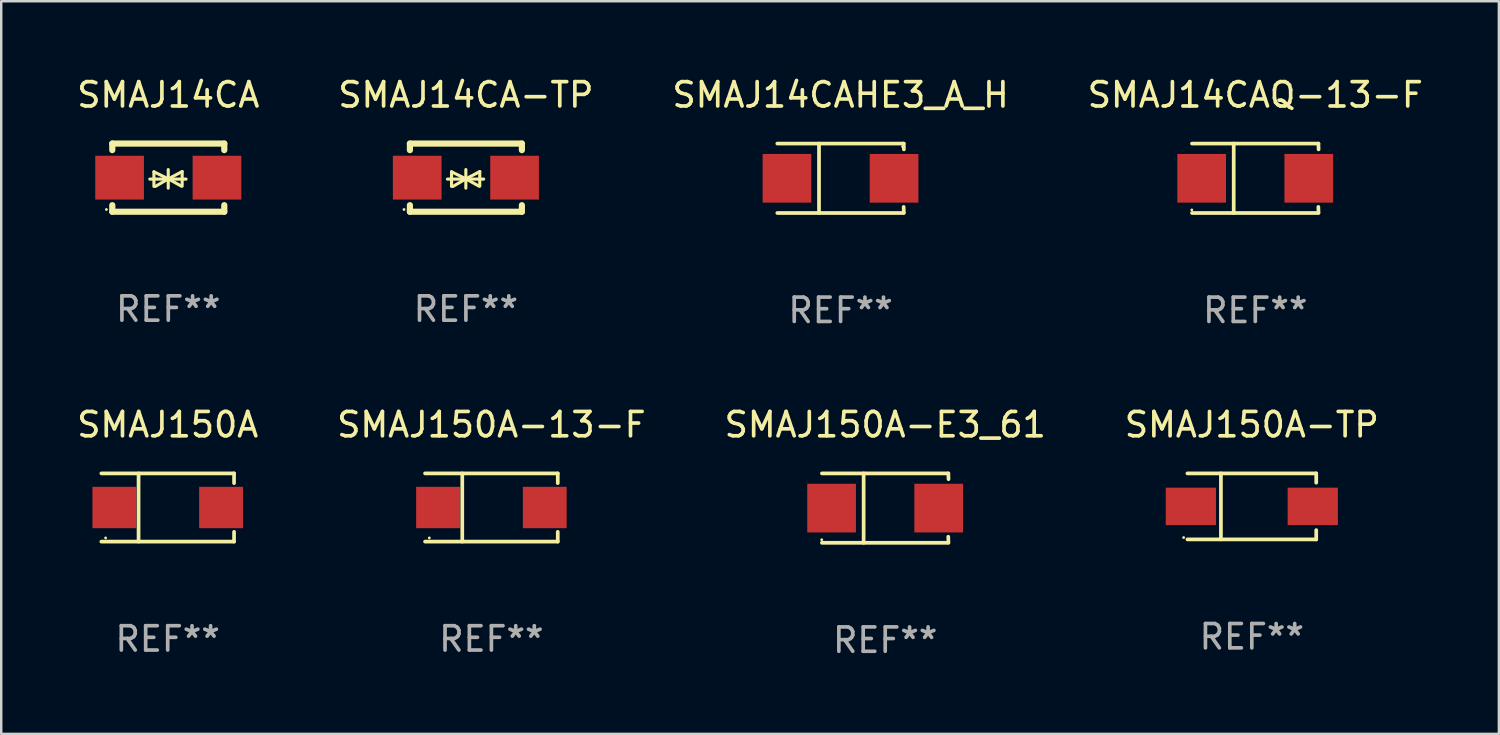
<source format=kicad_pcb>
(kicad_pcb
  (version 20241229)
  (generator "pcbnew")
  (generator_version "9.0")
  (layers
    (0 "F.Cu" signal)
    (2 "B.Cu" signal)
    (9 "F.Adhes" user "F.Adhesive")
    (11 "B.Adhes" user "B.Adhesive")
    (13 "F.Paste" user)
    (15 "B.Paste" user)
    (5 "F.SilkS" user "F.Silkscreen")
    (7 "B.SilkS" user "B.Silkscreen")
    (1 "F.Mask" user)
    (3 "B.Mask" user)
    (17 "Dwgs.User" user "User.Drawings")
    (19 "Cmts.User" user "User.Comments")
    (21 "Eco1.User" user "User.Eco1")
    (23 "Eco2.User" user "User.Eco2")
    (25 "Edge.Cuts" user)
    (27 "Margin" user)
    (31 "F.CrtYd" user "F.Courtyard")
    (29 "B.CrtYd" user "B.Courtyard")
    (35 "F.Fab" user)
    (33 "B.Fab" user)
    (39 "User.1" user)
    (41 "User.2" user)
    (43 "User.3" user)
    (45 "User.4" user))
  (footprint "SMAJ14CAHE3_A_H"
    (layer "F.Cu")
    (at 31.482 4.274)
    (property "Reference" "SMAJ14CAHE3_A_H" (at 0 -3.426 0) (layer "F.SilkS") (effects (font (size 1 1) (thickness 0.15))))
    (attr through_hole)
    (fp_line (start -2.6 -1.426) (end 2.593 -1.426) (stroke (width 0.152) (type solid)) (layer "F.SilkS"))
    (fp_line (start -2.6 1.426) (end 2.593 1.426) (stroke (width 0.152) (type solid)) (layer "F.SilkS"))
    (fp_line (start -0.887 -1.426) (end -0.887 1.426) (stroke (width 0.152) (type solid)) (layer "F.SilkS"))
    (fp_line (start 2.59 1.176) (end 2.597 1.415) (stroke (width 0.152) (type solid)) (layer "F.SilkS"))
    (fp_line (start 2.593 -1.426) (end 2.6 -1.187) (stroke (width 0.152) (type solid)) (layer "F.SilkS"))
    (fp_circle (center 2.547 -1.3) (end 2.577 -1.3) (stroke (width 0.06) (type solid)) (fill no) (layer "F.SilkS"))
    (fp_text user "REF**" (at 0 5.426 0) (layer "F.Fab") (effects (font (size 1 1) (thickness 0.15))))
    (pad "1" smd rect (at 2.197 -0.000025 180) (size 2 2) (layers "F.Cu" "F.Mask" "F.Paste"))
    (pad "2" smd rect (at -2.203 -0.000025 180) (size 2 2) (layers "F.Cu" "F.Mask" "F.Paste")))
  (footprint "SMAJ14CA"
    (layer "F.Cu")
    (at 3.863 4.248)
    (property "Reference" "SMAJ14CA" (at 0 -3.4 0) (layer "F.SilkS") (effects (font (size 1 1) (thickness 0.15))))
    (attr through_hole)
    (fp_line (start -2.3 -1.4) (end -2.3 -1.131) (stroke (width 0.254) (type solid)) (layer "F.SilkS"))
    (fp_line (start -2.3 -1.4) (end 2.3 -1.4) (stroke (width 0.254) (type solid)) (layer "F.SilkS"))
    (fp_line (start -2.3 1.131) (end -2.3 1.4) (stroke (width 0.254) (type solid)) (layer "F.SilkS"))
    (fp_line (start -2.3 1.4) (end 2.3 1.4) (stroke (width 0.254) (type solid)) (layer "F.SilkS"))
    (fp_line (start -0.76 0.06) (end 0.73 0.06) (stroke (width 0.127) (type solid)) (layer "F.SilkS"))
    (fp_line (start -0.59 -0.24) (end -0.59 0.36) (stroke (width 0.127) (type solid)) (layer "F.SilkS"))
    (fp_line (start -0.59 -0.24) (end -0.002 0.049) (stroke (width 0.127) (type solid)) (layer "F.SilkS"))
    (fp_line (start -0.53 0.36) (end -0.002 0.049) (stroke (width 0.127) (type solid)) (layer "F.SilkS"))
    (fp_line (start -0.002 0.049) (end -0.002 -0.332) (stroke (width 0.127) (type solid)) (layer "F.SilkS"))
    (fp_line (start -0.002 0.049) (end -0.002 0.43) (stroke (width 0.127) (type solid)) (layer "F.SilkS"))
    (fp_line (start 0.54 0.35) (end -0.002 0.049) (stroke (width 0.127) (type solid)) (layer "F.SilkS"))
    (fp_line (start 0.57 -0.25) (end -0.002 0.049) (stroke (width 0.127) (type solid)) (layer "F.SilkS"))
    (fp_line (start 0.57 -0.25) (end 0.57 0.35) (stroke (width 0.127) (type solid)) (layer "F.SilkS"))
    (fp_line (start 2.3 -1.4) (end 2.3 -1.131) (stroke (width 0.254) (type solid)) (layer "F.SilkS"))
    (fp_line (start 2.3 1.131) (end 2.3 1.4) (stroke (width 0.254) (type solid)) (layer "F.SilkS"))
    (fp_circle (center -2.542 1.308) (end -2.512 1.308) (stroke (width 0.06) (type solid)) (fill no) (layer "F.SilkS"))
    (fp_text user "REF**" (at 0 5.4 0) (layer "F.Fab") (effects (font (size 1 1) (thickness 0.15))))
    (pad "1" smd rect (at -2 0) (size 2 1.8) (layers "F.Cu" "F.Mask" "F.Paste"))
    (pad "2" smd rect (at 2 0) (size 2 1.8) (layers "F.Cu" "F.Mask" "F.Paste")))
  (footprint "SMAJ150A-TP"
    (layer "F.Cu")
    (at 48.375 17.753)
    (property "Reference" "SMAJ150A-TP" (at 0 -3.356 0) (layer "F.SilkS") (effects (font (size 1 1) (thickness 0.15))))
    (attr through_hole)
    (fp_line (start -2.646 -1.356) (end 2.646 -1.356) (stroke (width 0.152) (type solid)) (layer "F.SilkS"))
    (fp_line (start -2.646 1.356) (end 2.646 1.356) (stroke (width 0.152) (type solid)) (layer "F.SilkS"))
    (fp_line (start -1.269 -1.356) (end -1.269 1.356) (stroke (width 0.152) (type solid)) (layer "F.SilkS"))
    (fp_line (start 2.646 -1.356) (end 2.646 -0.973) (stroke (width 0.152) (type solid)) (layer "F.SilkS"))
    (fp_line (start 2.646 1.356) (end 2.646 0.973) (stroke (width 0.152) (type solid)) (layer "F.SilkS"))
    (fp_circle (center -2.8 1.28) (end -2.77 1.28) (stroke (width 0.06) (type solid)) (fill no) (layer "F.SilkS"))
    (fp_text user "REF**" (at 0 5.356 0) (layer "F.Fab") (effects (font (size 1 1) (thickness 0.15))))
    (pad "1" smd rect (at 2.504 0) (size 2.063 1.539) (layers "F.Cu" "F.Mask" "F.Paste"))
    (pad "2" smd rect (at -2.504 0) (size 2.063 1.539) (layers "F.Cu" "F.Mask" "F.Paste")))
  (footprint "SMAJ150A-E3_61"
    (layer "F.Cu")
    (at 33.315 17.823)
    (property "Reference" "SMAJ150A-E3_61" (at 0 -3.426 0) (layer "F.SilkS") (effects (font (size 1 1) (thickness 0.15))))
    (attr through_hole)
    (fp_line (start -2.6 -1.426) (end 2.593 -1.426) (stroke (width 0.152) (type solid)) (layer "F.SilkS"))
    (fp_line (start -2.6 1.426) (end 2.593 1.426) (stroke (width 0.152) (type solid)) (layer "F.SilkS"))
    (fp_line (start -0.887 -1.426) (end -0.887 1.426) (stroke (width 0.152) (type solid)) (layer "F.SilkS"))
    (fp_line (start 2.59 1.176) (end 2.597 1.415) (stroke (width 0.152) (type solid)) (layer "F.SilkS"))
    (fp_line (start 2.593 -1.426) (end 2.6 -1.187) (stroke (width 0.152) (type solid)) (layer "F.SilkS"))
    (fp_circle (center -2.608 1.3) (end -2.578 1.3) (stroke (width 0.06) (type solid)) (fill no) (layer "F.SilkS"))
    (fp_text user "REF**" (at 0 5.426 0) (layer "F.Fab") (effects (font (size 1 1) (thickness 0.15))))
    (pad "1" smd rect (at -2.203 0 180) (size 2 2) (layers "F.Cu" "F.Mask" "F.Paste"))
    (pad "2" smd rect (at 2.197 0 180) (size 2 2) (layers "F.Cu" "F.Mask" "F.Paste")))
  (footprint "SMAJ14CAQ-13-F"
    (layer "F.Cu")
    (at 48.518 4.274)
    (property "Reference" "SMAJ14CAQ-13-F" (at 0 -3.426 0) (layer "F.SilkS") (effects (font (size 1 1) (thickness 0.15))))
    (attr through_hole)
    (fp_line (start -2.6 -1.426) (end 2.593 -1.426) (stroke (width 0.152) (type solid)) (layer "F.SilkS"))
    (fp_line (start -2.6 1.426) (end 2.593 1.426) (stroke (width 0.152) (type solid)) (layer "F.SilkS"))
    (fp_line (start -0.887 -1.426) (end -0.887 1.426) (stroke (width 0.152) (type solid)) (layer "F.SilkS"))
    (fp_line (start 2.59 1.176) (end 2.597 1.415) (stroke (width 0.152) (type solid)) (layer "F.SilkS"))
    (fp_line (start 2.593 -1.426) (end 2.6 -1.187) (stroke (width 0.152) (type solid)) (layer "F.SilkS"))
    (fp_circle (center -2.608 1.3) (end -2.578 1.3) (stroke (width 0.06) (type solid)) (fill no) (layer "F.SilkS"))
    (fp_text user "REF**" (at 0 5.426 0) (layer "F.Fab") (effects (font (size 1 1) (thickness 0.15))))
    (pad "1" smd rect (at -2.203 0 180) (size 2 2) (layers "F.Cu" "F.Mask" "F.Paste"))
    (pad "2" smd rect (at 2.197 0 180) (size 2 2) (layers "F.Cu" "F.Mask" "F.Paste")))
  (footprint "SMAJ150A"
    (layer "F.Cu")
    (at 3.839 17.798)
    (property "Reference" "SMAJ150A" (at 0 -3.401 0) (layer "F.SilkS") (effects (font (size 1 1) (thickness 0.15))))
    (attr through_hole)
    (fp_line (start -2.726 -1.401) (end 2.726 -1.401) (stroke (width 0.152) (type solid)) (layer "F.SilkS"))
    (fp_line (start -2.726 1.401) (end 2.726 1.401) (stroke (width 0.152) (type solid)) (layer "F.SilkS"))
    (fp_line (start -1.197 -1.401) (end -1.197 1.401) (stroke (width 0.152) (type solid)) (layer "F.SilkS"))
    (fp_line (start 2.726 -1.401) (end 2.726 -1) (stroke (width 0.152) (type solid)) (layer "F.SilkS"))
    (fp_line (start 2.726 1.401) (end 2.726 1) (stroke (width 0.152) (type solid)) (layer "F.SilkS"))
    (fp_circle (center -2.55 1.25) (end -2.52 1.25) (stroke (width 0.06) (type solid)) (fill no) (layer "F.SilkS"))
    (fp_text user "REF**" (at 0 5.401 0) (layer "F.Fab") (effects (font (size 1 1) (thickness 0.15))))
    (pad "1" smd rect (at -2.192 0) (size 1.8 1.7) (layers "F.Cu" "F.Mask" "F.Paste"))
    (pad "2" smd rect (at 2.192 0) (size 1.8 1.7) (layers "F.Cu" "F.Mask" "F.Paste")))
  (footprint "SMAJ14CA-TP"
    (layer "F.Cu")
    (at 16.089 4.248)
    (property "Reference" "SMAJ14CA-TP" (at 0 -3.4 0) (layer "F.SilkS") (effects (font (size 1 1) (thickness 0.15))))
    (attr through_hole)
    (fp_line (start -2.3 -1.4) (end -2.3 -1.131) (stroke (width 0.254) (type solid)) (layer "F.SilkS"))
    (fp_line (start -2.3 -1.4) (end 2.3 -1.4) (stroke (width 0.254) (type solid)) (layer "F.SilkS"))
    (fp_line (start -2.3 1.131) (end -2.3 1.4) (stroke (width 0.254) (type solid)) (layer "F.SilkS"))
    (fp_line (start -2.3 1.4) (end 2.3 1.4) (stroke (width 0.254) (type solid)) (layer "F.SilkS"))
    (fp_line (start -0.76 0.06) (end 0.73 0.06) (stroke (width 0.127) (type solid)) (layer "F.SilkS"))
    (fp_line (start -0.59 -0.24) (end -0.59 0.36) (stroke (width 0.127) (type solid)) (layer "F.SilkS"))
    (fp_line (start -0.59 -0.24) (end -0.002 0.049) (stroke (width 0.127) (type solid)) (layer "F.SilkS"))
    (fp_line (start -0.53 0.36) (end -0.002 0.049) (stroke (width 0.127) (type solid)) (layer "F.SilkS"))
    (fp_line (start -0.002 0.049) (end -0.002 -0.332) (stroke (width 0.127) (type solid)) (layer "F.SilkS"))
    (fp_line (start -0.002 0.049) (end -0.002 0.43) (stroke (width 0.127) (type solid)) (layer "F.SilkS"))
    (fp_line (start 0.54 0.35) (end -0.002 0.049) (stroke (width 0.127) (type solid)) (layer "F.SilkS"))
    (fp_line (start 0.57 -0.25) (end -0.002 0.049) (stroke (width 0.127) (type solid)) (layer "F.SilkS"))
    (fp_line (start 0.57 -0.25) (end 0.57 0.35) (stroke (width 0.127) (type solid)) (layer "F.SilkS"))
    (fp_line (start 2.3 -1.4) (end 2.3 -1.131) (stroke (width 0.254) (type solid)) (layer "F.SilkS"))
    (fp_line (start 2.3 1.131) (end 2.3 1.4) (stroke (width 0.254) (type solid)) (layer "F.SilkS"))
    (fp_circle (center -2.542 1.308) (end -2.512 1.308) (stroke (width 0.06) (type solid)) (fill no) (layer "F.SilkS"))
    (fp_text user "REF**" (at 0 5.4 0) (layer "F.Fab") (effects (font (size 1 1) (thickness 0.15))))
    (pad "1" smd rect (at -2 0) (size 2 1.8) (layers "F.Cu" "F.Mask" "F.Paste"))
    (pad "2" smd rect (at 2 0) (size 2 1.8) (layers "F.Cu" "F.Mask" "F.Paste")))
  (footprint "SMAJ150A-13-F"
    (layer "F.Cu")
    (at 17.137 17.798)
    (property "Reference" "SMAJ150A-13-F" (at 0 -3.401 0) (layer "F.SilkS") (effects (font (size 1 1) (thickness 0.15))))
    (attr through_hole)
    (fp_line (start -2.726 -1.401) (end 2.726 -1.401) (stroke (width 0.152) (type solid)) (layer "F.SilkS"))
    (fp_line (start -2.726 1.401) (end 2.726 1.401) (stroke (width 0.152) (type solid)) (layer "F.SilkS"))
    (fp_line (start -1.197 -1.401) (end -1.197 1.401) (stroke (width 0.152) (type solid)) (layer "F.SilkS"))
    (fp_line (start 2.726 -1.401) (end 2.726 -1) (stroke (width 0.152) (type solid)) (layer "F.SilkS"))
    (fp_line (start 2.726 1.401) (end 2.726 1) (stroke (width 0.152) (type solid)) (layer "F.SilkS"))
    (fp_circle (center -2.55 1.25) (end -2.52 1.25) (stroke (width 0.06) (type solid)) (fill no) (layer "F.SilkS"))
    (fp_text user "REF**" (at 0 5.401 0) (layer "F.Fab") (effects (font (size 1 1) (thickness 0.15))))
    (pad "1" smd rect (at -2.192 0) (size 1.8 1.7) (layers "F.Cu" "F.Mask" "F.Paste"))
    (pad "2" smd rect (at 2.192 0) (size 1.8 1.7) (layers "F.Cu" "F.Mask" "F.Paste")))
  (gr_rect
    (start -3 -3)
    (end 58.524 27.098)
    (stroke (width 0.1) (type default))
    (fill no)
    (layer "Edge.Cuts")))
</source>
